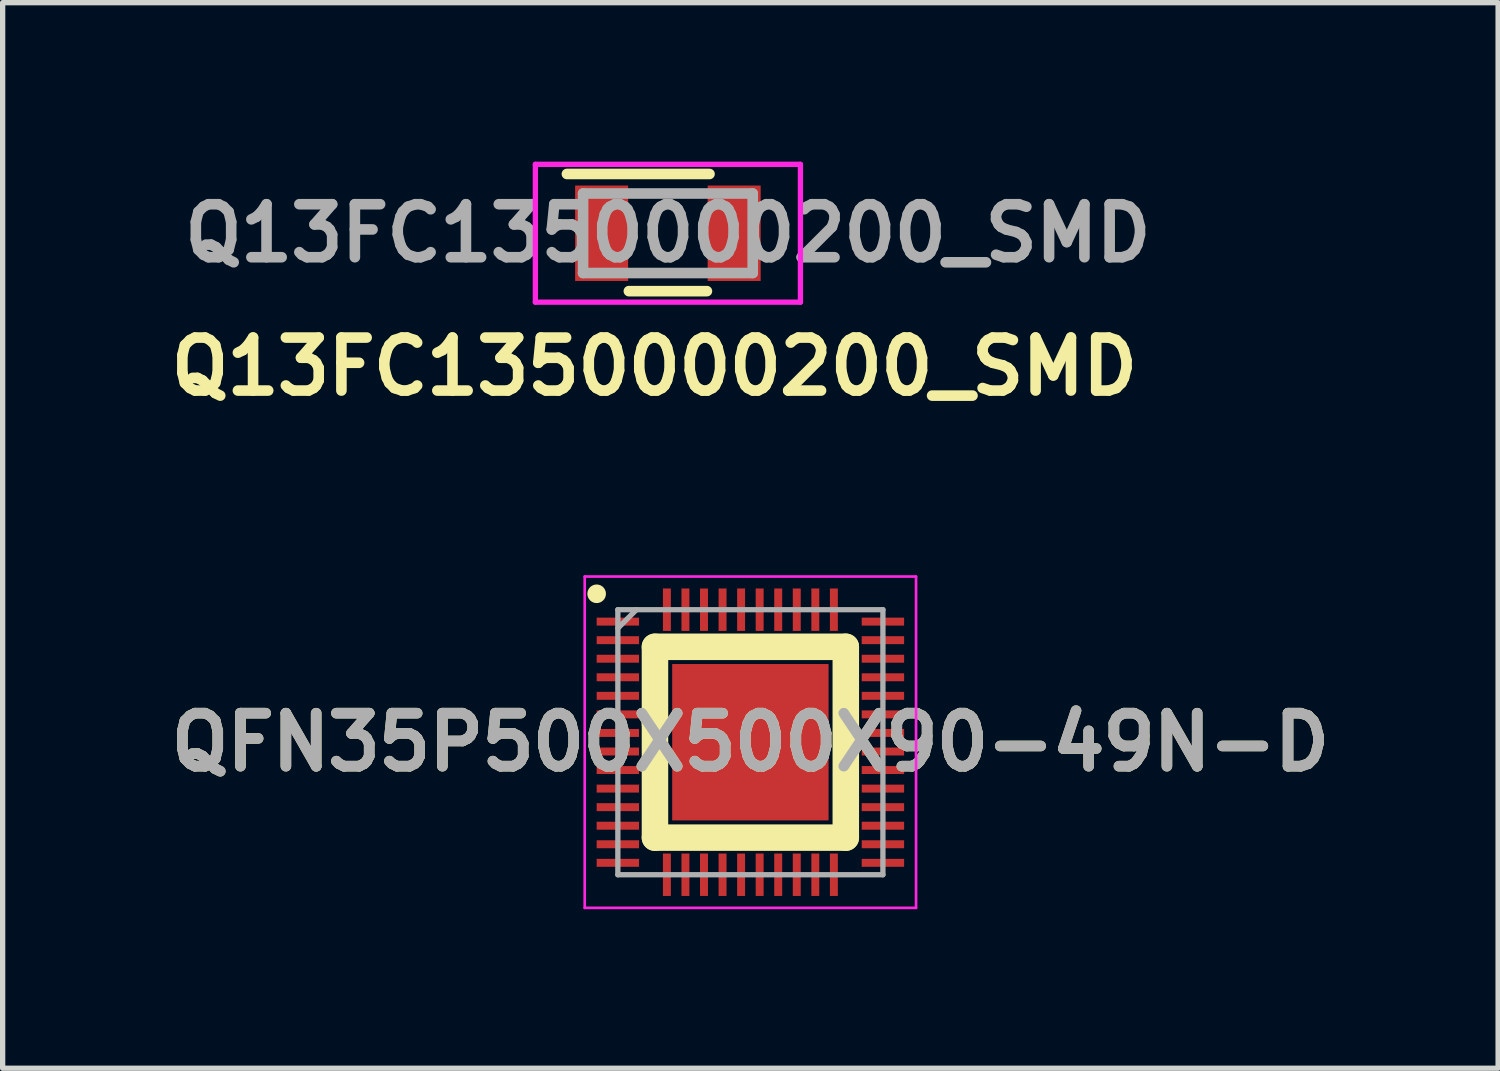
<source format=kicad_pcb>
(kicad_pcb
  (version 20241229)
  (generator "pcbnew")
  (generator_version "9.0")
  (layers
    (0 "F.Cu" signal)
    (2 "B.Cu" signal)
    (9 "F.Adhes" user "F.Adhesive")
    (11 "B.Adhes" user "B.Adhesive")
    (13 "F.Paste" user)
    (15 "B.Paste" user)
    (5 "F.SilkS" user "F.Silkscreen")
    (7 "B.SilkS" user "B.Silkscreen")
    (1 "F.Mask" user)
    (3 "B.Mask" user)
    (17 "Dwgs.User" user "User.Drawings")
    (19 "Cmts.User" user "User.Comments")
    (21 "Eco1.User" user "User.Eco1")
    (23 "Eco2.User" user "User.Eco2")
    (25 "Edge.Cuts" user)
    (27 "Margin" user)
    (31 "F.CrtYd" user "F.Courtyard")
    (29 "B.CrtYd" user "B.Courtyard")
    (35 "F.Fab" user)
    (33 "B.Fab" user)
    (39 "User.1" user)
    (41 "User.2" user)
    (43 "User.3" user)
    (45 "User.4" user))
  (footprint "Q13FC1350000200_SMD"
    (layer "F.Cu")
    (at 9.549 1.35)
    (property "Reference" "Q13FC1350000200_SMD" (at -0.254 2.515 0) (layer "F.SilkS") (effects (font (size 1 1) (thickness 0.2))))
    (attr smd)
    (fp_line (start 0.736 1.092) (end -0.736 1.092) (stroke (width 0.2) (type solid)) (layer "F.SilkS"))
    (fp_line (start 0.785 -1.118) (end -1.905 -1.118) (stroke (width 0.2) (type solid)) (layer "F.SilkS"))
    (fp_line (start -2.5 -1.3) (end 2.5 -1.3) (stroke (width 0.1) (type solid)) (layer "F.CrtYd"))
    (fp_line (start -2.5 1.3) (end -2.5 -1.3) (stroke (width 0.1) (type solid)) (layer "F.CrtYd"))
    (fp_line (start 2.5 -1.3) (end 2.5 1.3) (stroke (width 0.1) (type solid)) (layer "F.CrtYd"))
    (fp_line (start 2.5 1.3) (end -2.5 1.3) (stroke (width 0.1) (type solid)) (layer "F.CrtYd"))
    (fp_line (start -1.6 -0.75) (end -1.6 0.75) (stroke (width 0.2) (type solid)) (layer "F.Fab"))
    (fp_line (start -1.6 0.75) (end 1.6 0.75) (stroke (width 0.2) (type solid)) (layer "F.Fab"))
    (fp_line (start 1.6 -0.75) (end -1.6 -0.75) (stroke (width 0.2) (type solid)) (layer "F.Fab"))
    (fp_line (start 1.6 0.75) (end 1.6 -0.75) (stroke (width 0.2) (type solid)) (layer "F.Fab"))
    (fp_text user "${REFERENCE}" (at 0 0 0) (layer "F.Fab") (effects (font (size 1 1) (thickness 0.2))))
    (pad "1" smd rect (at -1.25 0) (size 1 1.8) (layers "F.Cu" "F.Mask" "F.Paste"))
    (pad "2" smd rect (at 1.25 0) (size 1 1.8) (layers "F.Cu" "F.Mask" "F.Paste")))
  (footprint "QFN35P500X500X90-49N-D"
    (layer "F.Cu")
    (at 11.105 10.951)
    (property "Reference" "QFN35P500X500X90-49N-D" (at 0 0 0) (layer "F.SilkS") (effects (font (size 1 1) (thickness 0.2))))
    (attr smd)
    (fp_line (start -1.8 -1.8) (end -1.8 -0.35) (stroke (width 0.5) (type solid)) (layer "F.SilkS"))
    (fp_line (start -1.8 -0.35) (end -1.8 1.8) (stroke (width 0.5) (type solid)) (layer "F.SilkS"))
    (fp_line (start -1.8 1.8) (end 1.8 1.8) (stroke (width 0.5) (type solid)) (layer "F.SilkS"))
    (fp_line (start 1.8 -1.8) (end -1.8 -1.8) (stroke (width 0.5) (type solid)) (layer "F.SilkS"))
    (fp_line (start 1.8 1.8) (end 1.8 -1.8) (stroke (width 0.5) (type solid)) (layer "F.SilkS"))
    (fp_circle (center -2.9 -2.8) (end -2.9 -2.712) (stroke (width 0.175) (type solid)) (fill no) (layer "F.SilkS"))
    (fp_rect (start -1.4 -1.4) (end -0.15 -0.15) (stroke (width 0.12) (type solid)) (fill yes) (layer "F.Paste"))
    (fp_rect (start -1.4 1.4) (end -0.15 0.15) (stroke (width 0.12) (type solid)) (fill yes) (layer "F.Paste"))
    (fp_rect (start 1.4 -1.4) (end 0.15 -0.15) (stroke (width 0.12) (type solid)) (fill yes) (layer "F.Paste"))
    (fp_rect (start 1.4 1.4) (end 0.15 0.15) (stroke (width 0.12) (type solid)) (fill yes) (layer "F.Paste"))
    (fp_line (start -3.125 -3.125) (end 3.125 -3.125) (stroke (width 0.05) (type solid)) (layer "F.CrtYd"))
    (fp_line (start -3.125 3.125) (end -3.125 -3.125) (stroke (width 0.05) (type solid)) (layer "F.CrtYd"))
    (fp_line (start 3.125 -3.125) (end 3.125 3.125) (stroke (width 0.05) (type solid)) (layer "F.CrtYd"))
    (fp_line (start 3.125 3.125) (end -3.125 3.125) (stroke (width 0.05) (type solid)) (layer "F.CrtYd"))
    (fp_line (start -2.5 -2.5) (end 2.5 -2.5) (stroke (width 0.1) (type solid)) (layer "F.Fab"))
    (fp_line (start -2.5 -2.15) (end -2.15 -2.5) (stroke (width 0.1) (type solid)) (layer "F.Fab"))
    (fp_line (start -2.5 2.5) (end -2.5 -2.5) (stroke (width 0.1) (type solid)) (layer "F.Fab"))
    (fp_line (start 2.5 -2.5) (end 2.5 2.5) (stroke (width 0.1) (type solid)) (layer "F.Fab"))
    (fp_line (start 2.5 2.5) (end -2.5 2.5) (stroke (width 0.1) (type solid)) (layer "F.Fab"))
    (fp_text user "${REFERENCE}" (at 0 0 0) (layer "F.Fab") (effects (font (size 1 1) (thickness 0.2))))
    (pad "1" smd rect (at -2.5 -2.275 90) (size 0.15 0.8) (layers "F.Cu" "F.Mask" "F.Paste"))
    (pad "2" smd rect (at -2.5 -1.925 90) (size 0.15 0.8) (layers "F.Cu" "F.Mask" "F.Paste"))
    (pad "3" smd rect (at -2.5 -1.575 90) (size 0.15 0.8) (layers "F.Cu" "F.Mask" "F.Paste"))
    (pad "4" smd rect (at -2.5 -1.225 90) (size 0.15 0.8) (layers "F.Cu" "F.Mask" "F.Paste"))
    (pad "5" smd rect (at -2.5 -0.875 90) (size 0.15 0.8) (layers "F.Cu" "F.Mask" "F.Paste"))
    (pad "6" smd rect (at -2.5 -0.525 90) (size 0.15 0.8) (layers "F.Cu" "F.Mask" "F.Paste"))
    (pad "7" smd rect (at -2.5 -0.175 90) (size 0.15 0.8) (layers "F.Cu" "F.Mask" "F.Paste"))
    (pad "8" smd rect (at -2.5 0.175 90) (size 0.15 0.8) (layers "F.Cu" "F.Mask" "F.Paste"))
    (pad "9" smd rect (at -2.5 0.525 90) (size 0.15 0.8) (layers "F.Cu" "F.Mask" "F.Paste"))
    (pad "10" smd rect (at -2.5 0.875 90) (size 0.15 0.8) (layers "F.Cu" "F.Mask" "F.Paste"))
    (pad "11" smd rect (at -2.5 1.225 90) (size 0.15 0.8) (layers "F.Cu" "F.Mask" "F.Paste"))
    (pad "12" smd rect (at -2.5 1.575 90) (size 0.15 0.8) (layers "F.Cu" "F.Mask" "F.Paste"))
    (pad "13" smd rect (at -2.5 1.925 90) (size 0.15 0.8) (layers "F.Cu" "F.Mask" "F.Paste"))
    (pad "14" smd rect (at -2.5 2.275 90) (size 0.15 0.8) (layers "F.Cu" "F.Mask" "F.Paste"))
    (pad "15" smd rect (at -1.575 2.5) (size 0.15 0.8) (layers "F.Cu" "F.Mask" "F.Paste"))
    (pad "16" smd rect (at -1.225 2.5) (size 0.15 0.8) (layers "F.Cu" "F.Mask" "F.Paste"))
    (pad "17" smd rect (at -0.875 2.5) (size 0.15 0.8) (layers "F.Cu" "F.Mask" "F.Paste"))
    (pad "18" smd rect (at -0.525 2.5) (size 0.15 0.8) (layers "F.Cu" "F.Mask" "F.Paste"))
    (pad "19" smd rect (at -0.175 2.5) (size 0.15 0.8) (layers "F.Cu" "F.Mask" "F.Paste"))
    (pad "20" smd rect (at 0.175 2.5) (size 0.15 0.8) (layers "F.Cu" "F.Mask" "F.Paste"))
    (pad "21" smd rect (at 0.525 2.5) (size 0.15 0.8) (layers "F.Cu" "F.Mask" "F.Paste"))
    (pad "22" smd rect (at 0.875 2.5) (size 0.15 0.8) (layers "F.Cu" "F.Mask" "F.Paste"))
    (pad "23" smd rect (at 1.225 2.5) (size 0.15 0.8) (layers "F.Cu" "F.Mask" "F.Paste"))
    (pad "24" smd rect (at 1.575 2.5) (size 0.15 0.8) (layers "F.Cu" "F.Mask" "F.Paste"))
    (pad "25" smd rect (at 2.5 2.275 90) (size 0.15 0.8) (layers "F.Cu" "F.Mask" "F.Paste"))
    (pad "26" smd rect (at 2.5 1.925 90) (size 0.15 0.8) (layers "F.Cu" "F.Mask" "F.Paste"))
    (pad "27" smd rect (at 2.5 1.575 90) (size 0.15 0.8) (layers "F.Cu" "F.Mask" "F.Paste"))
    (pad "28" smd rect (at 2.5 1.225 90) (size 0.15 0.8) (layers "F.Cu" "F.Mask" "F.Paste"))
    (pad "29" smd rect (at 2.5 0.875 90) (size 0.15 0.8) (layers "F.Cu" "F.Mask" "F.Paste"))
    (pad "30" smd rect (at 2.5 0.525 90) (size 0.15 0.8) (layers "F.Cu" "F.Mask" "F.Paste"))
    (pad "31" smd rect (at 2.5 0.175 90) (size 0.15 0.8) (layers "F.Cu" "F.Mask" "F.Paste"))
    (pad "32" smd rect (at 2.5 -0.175 90) (size 0.15 0.8) (layers "F.Cu" "F.Mask" "F.Paste"))
    (pad "33" smd rect (at 2.5 -0.525 90) (size 0.15 0.8) (layers "F.Cu" "F.Mask" "F.Paste"))
    (pad "34" smd rect (at 2.5 -0.875 90) (size 0.15 0.8) (layers "F.Cu" "F.Mask" "F.Paste"))
    (pad "35" smd rect (at 2.5 -1.225 90) (size 0.15 0.8) (layers "F.Cu" "F.Mask" "F.Paste"))
    (pad "36" smd rect (at 2.5 -1.575 90) (size 0.15 0.8) (layers "F.Cu" "F.Mask" "F.Paste"))
    (pad "37" smd rect (at 2.5 -1.925 90) (size 0.15 0.8) (layers "F.Cu" "F.Mask" "F.Paste"))
    (pad "38" smd rect (at 2.5 -2.275 90) (size 0.15 0.8) (layers "F.Cu" "F.Mask" "F.Paste"))
    (pad "39" smd rect (at 1.575 -2.5) (size 0.15 0.8) (layers "F.Cu" "F.Mask" "F.Paste"))
    (pad "40" smd rect (at 1.225 -2.5) (size 0.15 0.8) (layers "F.Cu" "F.Mask" "F.Paste"))
    (pad "41" smd rect (at 0.875 -2.5) (size 0.15 0.8) (layers "F.Cu" "F.Mask" "F.Paste"))
    (pad "42" smd rect (at 0.525 -2.5) (size 0.15 0.8) (layers "F.Cu" "F.Mask" "F.Paste"))
    (pad "43" smd rect (at 0.175 -2.5) (size 0.15 0.8) (layers "F.Cu" "F.Mask" "F.Paste"))
    (pad "44" smd rect (at -0.175 -2.5) (size 0.15 0.8) (layers "F.Cu" "F.Mask" "F.Paste"))
    (pad "45" smd rect (at -0.525 -2.5) (size 0.15 0.8) (layers "F.Cu" "F.Mask" "F.Paste"))
    (pad "46" smd rect (at -0.875 -2.5) (size 0.15 0.8) (layers "F.Cu" "F.Mask" "F.Paste"))
    (pad "47" smd rect (at -1.225 -2.5) (size 0.15 0.8) (layers "F.Cu" "F.Mask" "F.Paste"))
    (pad "48" smd rect (at -1.575 -2.5) (size 0.15 0.8) (layers "F.Cu" "F.Mask" "F.Paste"))
    (pad "49" smd rect (at 0 0) (size 2.95 2.95) (layers "F.Cu" "F.Mask")))
  (gr_rect
    (start -3 -3)
    (end 25.21 17.101)
    (stroke (width 0.1) (type default))
    (fill no)
    (layer "Edge.Cuts")))
</source>
